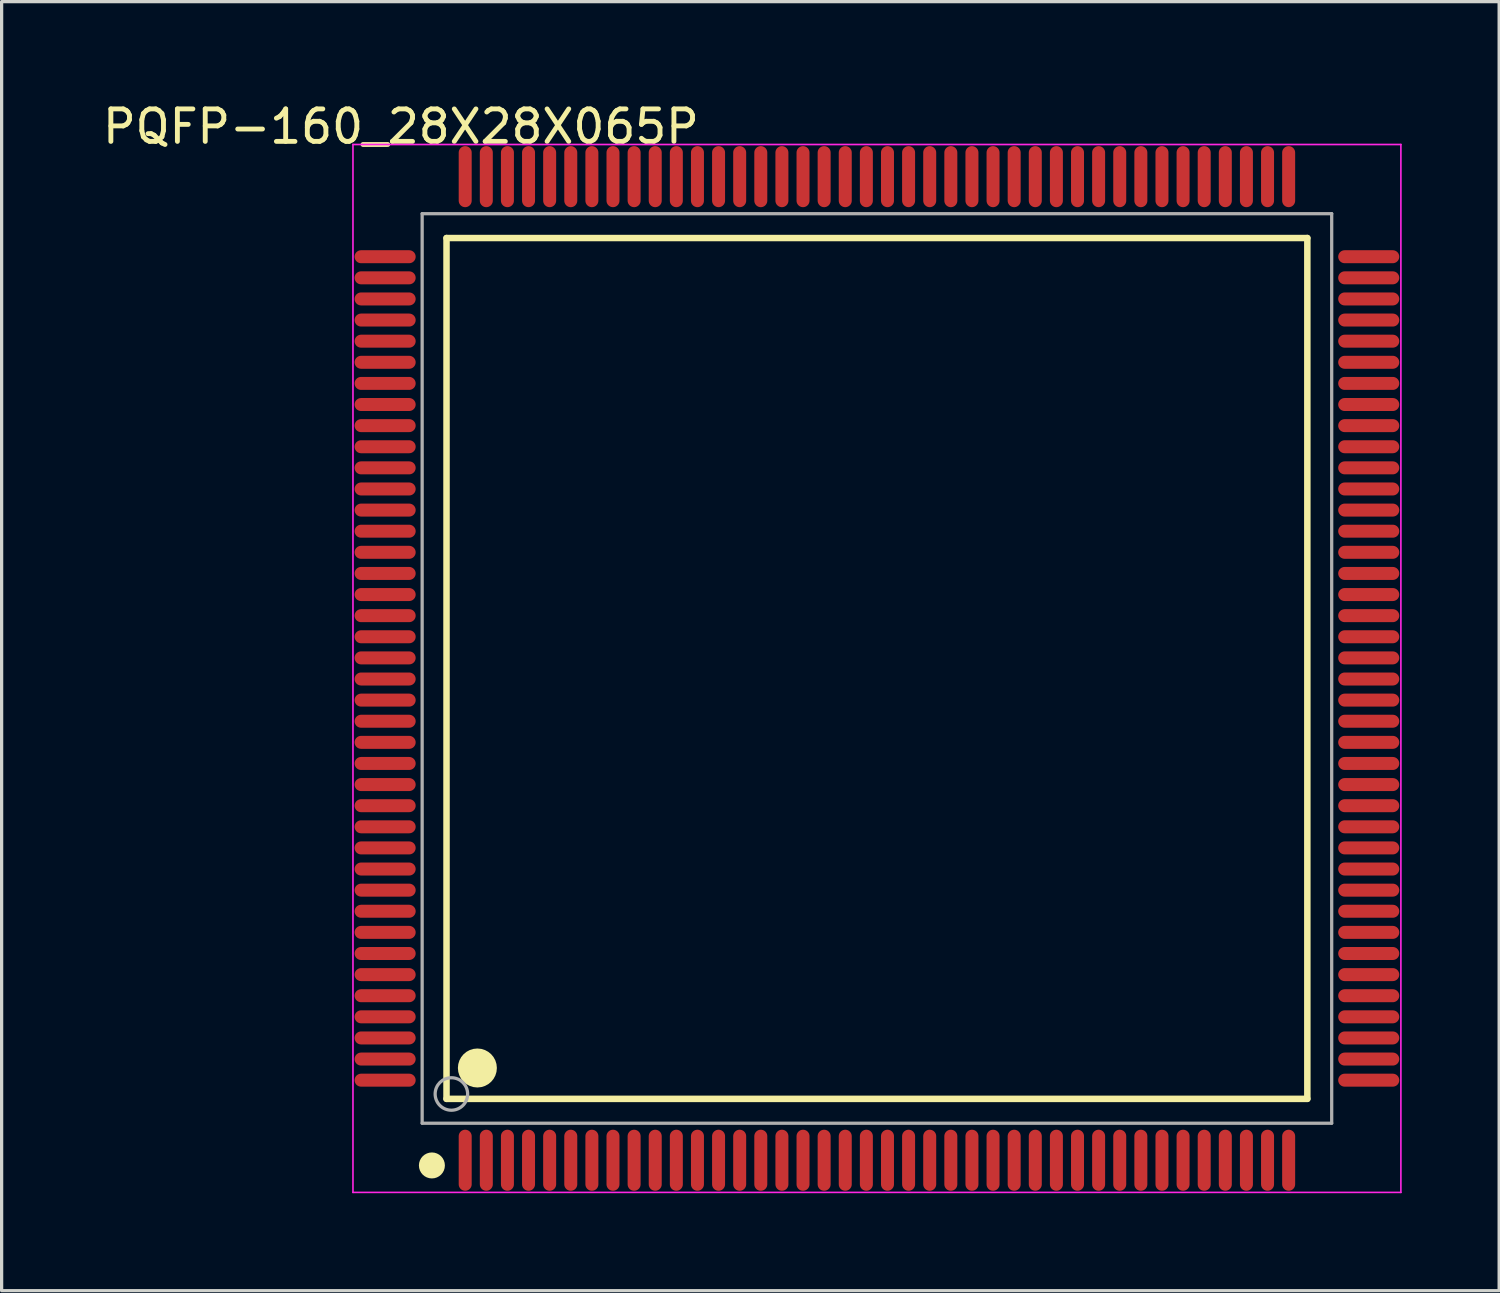
<source format=kicad_pcb>
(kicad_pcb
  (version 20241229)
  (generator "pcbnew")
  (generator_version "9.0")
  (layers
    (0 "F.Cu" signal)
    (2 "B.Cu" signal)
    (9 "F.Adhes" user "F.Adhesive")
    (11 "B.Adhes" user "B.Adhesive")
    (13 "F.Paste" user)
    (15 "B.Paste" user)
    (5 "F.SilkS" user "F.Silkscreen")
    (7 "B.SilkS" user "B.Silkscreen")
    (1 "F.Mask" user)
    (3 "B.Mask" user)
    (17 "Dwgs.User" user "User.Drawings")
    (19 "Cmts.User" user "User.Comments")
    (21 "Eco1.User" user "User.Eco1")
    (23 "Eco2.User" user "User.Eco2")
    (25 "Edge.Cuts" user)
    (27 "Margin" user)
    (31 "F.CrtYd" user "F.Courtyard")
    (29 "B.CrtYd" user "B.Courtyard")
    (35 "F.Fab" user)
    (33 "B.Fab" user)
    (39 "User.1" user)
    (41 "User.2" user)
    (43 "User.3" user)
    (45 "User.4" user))
  (footprint "PQFP-160_28X28X065P"
    (layer "F.Cu")
    (at 23.946 17.528)
    (property "Reference" "PQFP-160_28X28X065P" (at -14.654 -16.68 0) (layer "F.SilkS") (effects (font (size 1 1) (thickness 0.15))))
    (attr through_hole)
    (fp_line (start -13.25 -13.25) (end 13.25 -13.25) (stroke (width 0.2) (type solid)) (layer "F.SilkS"))
    (fp_line (start -13.25 13.25) (end -13.25 -13.25) (stroke (width 0.2) (type solid)) (layer "F.SilkS"))
    (fp_line (start -13.25 13.25) (end 13.25 13.25) (stroke (width 0.2) (type solid)) (layer "F.SilkS"))
    (fp_line (start 13.25 13.25) (end 13.25 -13.25) (stroke (width 0.2) (type solid)) (layer "F.SilkS"))
    (fp_circle (center -13.7 15.3) (end -13.5 15.3) (stroke (width 0.4) (type solid)) (fill no) (layer "F.SilkS"))
    (fp_circle (center -12.3 12.3) (end -12 12.3) (stroke (width 0.6) (type solid)) (fill no) (layer "F.SilkS"))
    (fp_line (start -16.13 -16.13) (end 16.13 -16.13) (stroke (width 0.05) (type solid)) (layer "F.CrtYd"))
    (fp_line (start -16.13 16.13) (end -16.13 -16.13) (stroke (width 0.05) (type solid)) (layer "F.CrtYd"))
    (fp_line (start 16.13 -16.13) (end 16.13 16.13) (stroke (width 0.05) (type solid)) (layer "F.CrtYd"))
    (fp_line (start 16.13 16.13) (end -16.13 16.13) (stroke (width 0.05) (type solid)) (layer "F.CrtYd"))
    (fp_line (start -14 -14) (end 14 -14) (stroke (width 0.1) (type solid)) (layer "F.Fab"))
    (fp_line (start -14 14) (end -14 -14) (stroke (width 0.1) (type solid)) (layer "F.Fab"))
    (fp_line (start -14 14) (end 14 14) (stroke (width 0.1) (type solid)) (layer "F.Fab"))
    (fp_line (start 14 14) (end 14 -14) (stroke (width 0.1) (type solid)) (layer "F.Fab"))
    (fp_circle (center -13.1 13.1) (end -12.6 13.1) (stroke (width 0.1) (type solid)) (fill no) (layer "F.Fab"))
    (pad "1" smd oval (at -12.675 15.14 180) (size 0.4 1.88) (layers "F.Cu" "F.Mask" "F.Paste"))
    (pad "2" smd oval (at -12.025 15.14 180) (size 0.4 1.88) (layers "F.Cu" "F.Mask" "F.Paste"))
    (pad "3" smd oval (at -11.375 15.14 180) (size 0.4 1.88) (layers "F.Cu" "F.Mask" "F.Paste"))
    (pad "4" smd oval (at -10.725 15.14 180) (size 0.4 1.88) (layers "F.Cu" "F.Mask" "F.Paste"))
    (pad "5" smd oval (at -10.075 15.14 180) (size 0.4 1.88) (layers "F.Cu" "F.Mask" "F.Paste"))
    (pad "6" smd oval (at -9.425 15.14 180) (size 0.4 1.88) (layers "F.Cu" "F.Mask" "F.Paste"))
    (pad "7" smd oval (at -8.775 15.14 180) (size 0.4 1.88) (layers "F.Cu" "F.Mask" "F.Paste"))
    (pad "8" smd oval (at -8.125 15.14 180) (size 0.4 1.88) (layers "F.Cu" "F.Mask" "F.Paste"))
    (pad "9" smd oval (at -7.475 15.14 180) (size 0.4 1.88) (layers "F.Cu" "F.Mask" "F.Paste"))
    (pad "10" smd oval (at -6.825 15.14 180) (size 0.4 1.88) (layers "F.Cu" "F.Mask" "F.Paste"))
    (pad "11" smd oval (at -6.175 15.14 180) (size 0.4 1.88) (layers "F.Cu" "F.Mask" "F.Paste"))
    (pad "12" smd oval (at -5.525 15.14 180) (size 0.4 1.88) (layers "F.Cu" "F.Mask" "F.Paste"))
    (pad "13" smd oval (at -4.875 15.14 180) (size 0.4 1.88) (layers "F.Cu" "F.Mask" "F.Paste"))
    (pad "14" smd oval (at -4.225 15.14 180) (size 0.4 1.88) (layers "F.Cu" "F.Mask" "F.Paste"))
    (pad "15" smd oval (at -3.575 15.14 180) (size 0.4 1.88) (layers "F.Cu" "F.Mask" "F.Paste"))
    (pad "16" smd oval (at -2.925 15.14 180) (size 0.4 1.88) (layers "F.Cu" "F.Mask" "F.Paste"))
    (pad "17" smd oval (at -2.275 15.14 180) (size 0.4 1.88) (layers "F.Cu" "F.Mask" "F.Paste"))
    (pad "18" smd oval (at -1.625 15.14 180) (size 0.4 1.88) (layers "F.Cu" "F.Mask" "F.Paste"))
    (pad "19" smd oval (at -0.975 15.14 180) (size 0.4 1.88) (layers "F.Cu" "F.Mask" "F.Paste"))
    (pad "20" smd oval (at -0.325 15.14 180) (size 0.4 1.88) (layers "F.Cu" "F.Mask" "F.Paste"))
    (pad "21" smd oval (at 0.325 15.14 180) (size 0.4 1.88) (layers "F.Cu" "F.Mask" "F.Paste"))
    (pad "22" smd oval (at 0.975 15.14 180) (size 0.4 1.88) (layers "F.Cu" "F.Mask" "F.Paste"))
    (pad "23" smd oval (at 1.625 15.14 180) (size 0.4 1.88) (layers "F.Cu" "F.Mask" "F.Paste"))
    (pad "24" smd oval (at 2.275 15.14 180) (size 0.4 1.88) (layers "F.Cu" "F.Mask" "F.Paste"))
    (pad "25" smd oval (at 2.925 15.14 180) (size 0.4 1.88) (layers "F.Cu" "F.Mask" "F.Paste"))
    (pad "26" smd oval (at 3.575 15.14 180) (size 0.4 1.88) (layers "F.Cu" "F.Mask" "F.Paste"))
    (pad "27" smd oval (at 4.225 15.14 180) (size 0.4 1.88) (layers "F.Cu" "F.Mask" "F.Paste"))
    (pad "28" smd oval (at 4.875 15.14 180) (size 0.4 1.88) (layers "F.Cu" "F.Mask" "F.Paste"))
    (pad "29" smd oval (at 5.525 15.14 180) (size 0.4 1.88) (layers "F.Cu" "F.Mask" "F.Paste"))
    (pad "30" smd oval (at 6.175 15.14 180) (size 0.4 1.88) (layers "F.Cu" "F.Mask" "F.Paste"))
    (pad "31" smd oval (at 6.825 15.14 180) (size 0.4 1.88) (layers "F.Cu" "F.Mask" "F.Paste"))
    (pad "32" smd oval (at 7.475 15.14 180) (size 0.4 1.88) (layers "F.Cu" "F.Mask" "F.Paste"))
    (pad "33" smd oval (at 8.125 15.14 180) (size 0.4 1.88) (layers "F.Cu" "F.Mask" "F.Paste"))
    (pad "34" smd oval (at 8.775 15.14 180) (size 0.4 1.88) (layers "F.Cu" "F.Mask" "F.Paste"))
    (pad "35" smd oval (at 9.425 15.14 180) (size 0.4 1.88) (layers "F.Cu" "F.Mask" "F.Paste"))
    (pad "36" smd oval (at 10.075 15.14 180) (size 0.4 1.88) (layers "F.Cu" "F.Mask" "F.Paste"))
    (pad "37" smd oval (at 10.725 15.14 180) (size 0.4 1.88) (layers "F.Cu" "F.Mask" "F.Paste"))
    (pad "38" smd oval (at 11.375 15.14 180) (size 0.4 1.88) (layers "F.Cu" "F.Mask" "F.Paste"))
    (pad "39" smd oval (at 12.025 15.14 180) (size 0.4 1.88) (layers "F.Cu" "F.Mask" "F.Paste"))
    (pad "40" smd oval (at 12.675 15.14 180) (size 0.4 1.88) (layers "F.Cu" "F.Mask" "F.Paste"))
    (pad "41" smd oval (at 15.14 12.675 270) (size 0.4 1.88) (layers "F.Cu" "F.Mask" "F.Paste"))
    (pad "42" smd oval (at 15.14 12.025 270) (size 0.4 1.88) (layers "F.Cu" "F.Mask" "F.Paste"))
    (pad "43" smd oval (at 15.14 11.375 270) (size 0.4 1.88) (layers "F.Cu" "F.Mask" "F.Paste"))
    (pad "44" smd oval (at 15.14 10.725 270) (size 0.4 1.88) (layers "F.Cu" "F.Mask" "F.Paste"))
    (pad "45" smd oval (at 15.14 10.075 270) (size 0.4 1.88) (layers "F.Cu" "F.Mask" "F.Paste"))
    (pad "46" smd oval (at 15.14 9.425 270) (size 0.4 1.88) (layers "F.Cu" "F.Mask" "F.Paste"))
    (pad "47" smd oval (at 15.14 8.775 270) (size 0.4 1.88) (layers "F.Cu" "F.Mask" "F.Paste"))
    (pad "48" smd oval (at 15.14 8.125 270) (size 0.4 1.88) (layers "F.Cu" "F.Mask" "F.Paste"))
    (pad "49" smd oval (at 15.14 7.475 270) (size 0.4 1.88) (layers "F.Cu" "F.Mask" "F.Paste"))
    (pad "50" smd oval (at 15.14 6.825 270) (size 0.4 1.88) (layers "F.Cu" "F.Mask" "F.Paste"))
    (pad "51" smd oval (at 15.14 6.175 270) (size 0.4 1.88) (layers "F.Cu" "F.Mask" "F.Paste"))
    (pad "52" smd oval (at 15.14 5.525 270) (size 0.4 1.88) (layers "F.Cu" "F.Mask" "F.Paste"))
    (pad "53" smd oval (at 15.14 4.875 270) (size 0.4 1.88) (layers "F.Cu" "F.Mask" "F.Paste"))
    (pad "54" smd oval (at 15.14 4.225 270) (size 0.4 1.88) (layers "F.Cu" "F.Mask" "F.Paste"))
    (pad "55" smd oval (at 15.14 3.575 270) (size 0.4 1.88) (layers "F.Cu" "F.Mask" "F.Paste"))
    (pad "56" smd oval (at 15.14 2.925 270) (size 0.4 1.88) (layers "F.Cu" "F.Mask" "F.Paste"))
    (pad "57" smd oval (at 15.14 2.275 270) (size 0.4 1.88) (layers "F.Cu" "F.Mask" "F.Paste"))
    (pad "58" smd oval (at 15.14 1.625 270) (size 0.4 1.88) (layers "F.Cu" "F.Mask" "F.Paste"))
    (pad "59" smd oval (at 15.14 0.975 270) (size 0.4 1.88) (layers "F.Cu" "F.Mask" "F.Paste"))
    (pad "60" smd oval (at 15.14 0.325 270) (size 0.4 1.88) (layers "F.Cu" "F.Mask" "F.Paste"))
    (pad "61" smd oval (at 15.14 -0.325 270) (size 0.4 1.88) (layers "F.Cu" "F.Mask" "F.Paste"))
    (pad "62" smd oval (at 15.14 -0.975 270) (size 0.4 1.88) (layers "F.Cu" "F.Mask" "F.Paste"))
    (pad "63" smd oval (at 15.14 -1.625 270) (size 0.4 1.88) (layers "F.Cu" "F.Mask" "F.Paste"))
    (pad "64" smd oval (at 15.14 -2.275 270) (size 0.4 1.88) (layers "F.Cu" "F.Mask" "F.Paste"))
    (pad "65" smd oval (at 15.14 -2.925 270) (size 0.4 1.88) (layers "F.Cu" "F.Mask" "F.Paste"))
    (pad "66" smd oval (at 15.14 -3.575 270) (size 0.4 1.88) (layers "F.Cu" "F.Mask" "F.Paste"))
    (pad "67" smd oval (at 15.14 -4.225 270) (size 0.4 1.88) (layers "F.Cu" "F.Mask" "F.Paste"))
    (pad "68" smd oval (at 15.14 -4.875 270) (size 0.4 1.88) (layers "F.Cu" "F.Mask" "F.Paste"))
    (pad "69" smd oval (at 15.14 -5.525 270) (size 0.4 1.88) (layers "F.Cu" "F.Mask" "F.Paste"))
    (pad "70" smd oval (at 15.14 -6.175 270) (size 0.4 1.88) (layers "F.Cu" "F.Mask" "F.Paste"))
    (pad "71" smd oval (at 15.14 -6.825 270) (size 0.4 1.88) (layers "F.Cu" "F.Mask" "F.Paste"))
    (pad "72" smd oval (at 15.14 -7.475 270) (size 0.4 1.88) (layers "F.Cu" "F.Mask" "F.Paste"))
    (pad "73" smd oval (at 15.14 -8.125 270) (size 0.4 1.88) (layers "F.Cu" "F.Mask" "F.Paste"))
    (pad "74" smd oval (at 15.14 -8.775 270) (size 0.4 1.88) (layers "F.Cu" "F.Mask" "F.Paste"))
    (pad "75" smd oval (at 15.14 -9.425 270) (size 0.4 1.88) (layers "F.Cu" "F.Mask" "F.Paste"))
    (pad "76" smd oval (at 15.14 -10.075 270) (size 0.4 1.88) (layers "F.Cu" "F.Mask" "F.Paste"))
    (pad "77" smd oval (at 15.14 -10.725 270) (size 0.4 1.88) (layers "F.Cu" "F.Mask" "F.Paste"))
    (pad "78" smd oval (at 15.14 -11.375 270) (size 0.4 1.88) (layers "F.Cu" "F.Mask" "F.Paste"))
    (pad "79" smd oval (at 15.14 -12.025 270) (size 0.4 1.88) (layers "F.Cu" "F.Mask" "F.Paste"))
    (pad "80" smd oval (at 15.14 -12.675 270) (size 0.4 1.88) (layers "F.Cu" "F.Mask" "F.Paste"))
    (pad "81" smd oval (at 12.675 -15.14) (size 0.4 1.88) (layers "F.Cu" "F.Mask" "F.Paste"))
    (pad "82" smd oval (at 12.025 -15.14) (size 0.4 1.88) (layers "F.Cu" "F.Mask" "F.Paste"))
    (pad "83" smd oval (at 11.375 -15.14) (size 0.4 1.88) (layers "F.Cu" "F.Mask" "F.Paste"))
    (pad "84" smd oval (at 10.725 -15.14) (size 0.4 1.88) (layers "F.Cu" "F.Mask" "F.Paste"))
    (pad "85" smd oval (at 10.075 -15.14) (size 0.4 1.88) (layers "F.Cu" "F.Mask" "F.Paste"))
    (pad "86" smd oval (at 9.425 -15.14) (size 0.4 1.88) (layers "F.Cu" "F.Mask" "F.Paste"))
    (pad "87" smd oval (at 8.775 -15.14) (size 0.4 1.88) (layers "F.Cu" "F.Mask" "F.Paste"))
    (pad "88" smd oval (at 8.125 -15.14) (size 0.4 1.88) (layers "F.Cu" "F.Mask" "F.Paste"))
    (pad "89" smd oval (at 7.475 -15.14) (size 0.4 1.88) (layers "F.Cu" "F.Mask" "F.Paste"))
    (pad "90" smd oval (at 6.825 -15.14) (size 0.4 1.88) (layers "F.Cu" "F.Mask" "F.Paste"))
    (pad "91" smd oval (at 6.175 -15.14) (size 0.4 1.88) (layers "F.Cu" "F.Mask" "F.Paste"))
    (pad "92" smd oval (at 5.525 -15.14) (size 0.4 1.88) (layers "F.Cu" "F.Mask" "F.Paste"))
    (pad "93" smd oval (at 4.875 -15.14) (size 0.4 1.88) (layers "F.Cu" "F.Mask" "F.Paste"))
    (pad "94" smd oval (at 4.225 -15.14) (size 0.4 1.88) (layers "F.Cu" "F.Mask" "F.Paste"))
    (pad "95" smd oval (at 3.575 -15.14) (size 0.4 1.88) (layers "F.Cu" "F.Mask" "F.Paste"))
    (pad "96" smd oval (at 2.925 -15.14) (size 0.4 1.88) (layers "F.Cu" "F.Mask" "F.Paste"))
    (pad "97" smd oval (at 2.275 -15.14) (size 0.4 1.88) (layers "F.Cu" "F.Mask" "F.Paste"))
    (pad "98" smd oval (at 1.625 -15.14) (size 0.4 1.88) (layers "F.Cu" "F.Mask" "F.Paste"))
    (pad "99" smd oval (at 0.975 -15.14) (size 0.4 1.88) (layers "F.Cu" "F.Mask" "F.Paste"))
    (pad "100" smd oval (at 0.325 -15.14) (size 0.4 1.88) (layers "F.Cu" "F.Mask" "F.Paste"))
    (pad "101" smd oval (at -0.325 -15.14) (size 0.4 1.88) (layers "F.Cu" "F.Mask" "F.Paste"))
    (pad "102" smd oval (at -0.975 -15.14) (size 0.4 1.88) (layers "F.Cu" "F.Mask" "F.Paste"))
    (pad "103" smd oval (at -1.625 -15.14) (size 0.4 1.88) (layers "F.Cu" "F.Mask" "F.Paste"))
    (pad "104" smd oval (at -2.275 -15.14) (size 0.4 1.88) (layers "F.Cu" "F.Mask" "F.Paste"))
    (pad "105" smd oval (at -2.925 -15.14) (size 0.4 1.88) (layers "F.Cu" "F.Mask" "F.Paste"))
    (pad "106" smd oval (at -3.575 -15.14) (size 0.4 1.88) (layers "F.Cu" "F.Mask" "F.Paste"))
    (pad "107" smd oval (at -4.225 -15.14) (size 0.4 1.88) (layers "F.Cu" "F.Mask" "F.Paste"))
    (pad "108" smd oval (at -4.875 -15.14) (size 0.4 1.88) (layers "F.Cu" "F.Mask" "F.Paste"))
    (pad "109" smd oval (at -5.525 -15.14) (size 0.4 1.88) (layers "F.Cu" "F.Mask" "F.Paste"))
    (pad "110" smd oval (at -6.175 -15.14) (size 0.4 1.88) (layers "F.Cu" "F.Mask" "F.Paste"))
    (pad "111" smd oval (at -6.825 -15.14) (size 0.4 1.88) (layers "F.Cu" "F.Mask" "F.Paste"))
    (pad "112" smd oval (at -7.475 -15.14) (size 0.4 1.88) (layers "F.Cu" "F.Mask" "F.Paste"))
    (pad "113" smd oval (at -8.125 -15.14) (size 0.4 1.88) (layers "F.Cu" "F.Mask" "F.Paste"))
    (pad "114" smd oval (at -8.775 -15.14) (size 0.4 1.88) (layers "F.Cu" "F.Mask" "F.Paste"))
    (pad "115" smd oval (at -9.425 -15.14) (size 0.4 1.88) (layers "F.Cu" "F.Mask" "F.Paste"))
    (pad "116" smd oval (at -10.075 -15.14) (size 0.4 1.88) (layers "F.Cu" "F.Mask" "F.Paste"))
    (pad "117" smd oval (at -10.725 -15.14) (size 0.4 1.88) (layers "F.Cu" "F.Mask" "F.Paste"))
    (pad "118" smd oval (at -11.375 -15.14) (size 0.4 1.88) (layers "F.Cu" "F.Mask" "F.Paste"))
    (pad "119" smd oval (at -12.025 -15.14) (size 0.4 1.88) (layers "F.Cu" "F.Mask" "F.Paste"))
    (pad "120" smd oval (at -12.675 -15.14) (size 0.4 1.88) (layers "F.Cu" "F.Mask" "F.Paste"))
    (pad "121" smd oval (at -15.14 -12.675 90) (size 0.4 1.88) (layers "F.Cu" "F.Mask" "F.Paste"))
    (pad "122" smd oval (at -15.14 -12.025 90) (size 0.4 1.88) (layers "F.Cu" "F.Mask" "F.Paste"))
    (pad "123" smd oval (at -15.14 -11.375 90) (size 0.4 1.88) (layers "F.Cu" "F.Mask" "F.Paste"))
    (pad "124" smd oval (at -15.14 -10.725 90) (size 0.4 1.88) (layers "F.Cu" "F.Mask" "F.Paste"))
    (pad "125" smd oval (at -15.14 -10.075 90) (size 0.4 1.88) (layers "F.Cu" "F.Mask" "F.Paste"))
    (pad "126" smd oval (at -15.14 -9.425 90) (size 0.4 1.88) (layers "F.Cu" "F.Mask" "F.Paste"))
    (pad "127" smd oval (at -15.14 -8.775 90) (size 0.4 1.88) (layers "F.Cu" "F.Mask" "F.Paste"))
    (pad "128" smd oval (at -15.14 -8.125 90) (size 0.4 1.88) (layers "F.Cu" "F.Mask" "F.Paste"))
    (pad "129" smd oval (at -15.14 -7.475 90) (size 0.4 1.88) (layers "F.Cu" "F.Mask" "F.Paste"))
    (pad "130" smd oval (at -15.14 -6.825 90) (size 0.4 1.88) (layers "F.Cu" "F.Mask" "F.Paste"))
    (pad "131" smd oval (at -15.14 -6.175 90) (size 0.4 1.88) (layers "F.Cu" "F.Mask" "F.Paste"))
    (pad "132" smd oval (at -15.14 -5.525 90) (size 0.4 1.88) (layers "F.Cu" "F.Mask" "F.Paste"))
    (pad "133" smd oval (at -15.14 -4.875 90) (size 0.4 1.88) (layers "F.Cu" "F.Mask" "F.Paste"))
    (pad "134" smd oval (at -15.14 -4.225 90) (size 0.4 1.88) (layers "F.Cu" "F.Mask" "F.Paste"))
    (pad "135" smd oval (at -15.14 -3.575 90) (size 0.4 1.88) (layers "F.Cu" "F.Mask" "F.Paste"))
    (pad "136" smd oval (at -15.14 -2.925 90) (size 0.4 1.88) (layers "F.Cu" "F.Mask" "F.Paste"))
    (pad "137" smd oval (at -15.14 -2.275 90) (size 0.4 1.88) (layers "F.Cu" "F.Mask" "F.Paste"))
    (pad "138" smd oval (at -15.14 -1.625 90) (size 0.4 1.88) (layers "F.Cu" "F.Mask" "F.Paste"))
    (pad "139" smd oval (at -15.14 -0.975 90) (size 0.4 1.88) (layers "F.Cu" "F.Mask" "F.Paste"))
    (pad "140" smd oval (at -15.14 -0.325 90) (size 0.4 1.88) (layers "F.Cu" "F.Mask" "F.Paste"))
    (pad "141" smd oval (at -15.14 0.325 90) (size 0.4 1.88) (layers "F.Cu" "F.Mask" "F.Paste"))
    (pad "142" smd oval (at -15.14 0.975 90) (size 0.4 1.88) (layers "F.Cu" "F.Mask" "F.Paste"))
    (pad "143" smd oval (at -15.14 1.625 90) (size 0.4 1.88) (layers "F.Cu" "F.Mask" "F.Paste"))
    (pad "144" smd oval (at -15.14 2.275 90) (size 0.4 1.88) (layers "F.Cu" "F.Mask" "F.Paste"))
    (pad "145" smd oval (at -15.14 2.925 90) (size 0.4 1.88) (layers "F.Cu" "F.Mask" "F.Paste"))
    (pad "146" smd oval (at -15.14 3.575 90) (size 0.4 1.88) (layers "F.Cu" "F.Mask" "F.Paste"))
    (pad "147" smd oval (at -15.14 4.225 90) (size 0.4 1.88) (layers "F.Cu" "F.Mask" "F.Paste"))
    (pad "148" smd oval (at -15.14 4.875 90) (size 0.4 1.88) (layers "F.Cu" "F.Mask" "F.Paste"))
    (pad "149" smd oval (at -15.14 5.525 90) (size 0.4 1.88) (layers "F.Cu" "F.Mask" "F.Paste"))
    (pad "150" smd oval (at -15.14 6.175 90) (size 0.4 1.88) (layers "F.Cu" "F.Mask" "F.Paste"))
    (pad "151" smd oval (at -15.14 6.825 90) (size 0.4 1.88) (layers "F.Cu" "F.Mask" "F.Paste"))
    (pad "152" smd oval (at -15.14 7.475 90) (size 0.4 1.88) (layers "F.Cu" "F.Mask" "F.Paste"))
    (pad "153" smd oval (at -15.14 8.125 90) (size 0.4 1.88) (layers "F.Cu" "F.Mask" "F.Paste"))
    (pad "154" smd oval (at -15.14 8.775 90) (size 0.4 1.88) (layers "F.Cu" "F.Mask" "F.Paste"))
    (pad "155" smd oval (at -15.14 9.425 90) (size 0.4 1.88) (layers "F.Cu" "F.Mask" "F.Paste"))
    (pad "156" smd oval (at -15.14 10.075 90) (size 0.4 1.88) (layers "F.Cu" "F.Mask" "F.Paste"))
    (pad "157" smd oval (at -15.14 10.725 90) (size 0.4 1.88) (layers "F.Cu" "F.Mask" "F.Paste"))
    (pad "158" smd oval (at -15.14 11.375 90) (size 0.4 1.88) (layers "F.Cu" "F.Mask" "F.Paste"))
    (pad "159" smd oval (at -15.14 12.025 90) (size 0.4 1.88) (layers "F.Cu" "F.Mask" "F.Paste"))
    (pad "160" smd oval (at -15.14 12.675 90) (size 0.4 1.88) (layers "F.Cu" "F.Mask" "F.Paste")))
  (gr_rect
    (start -3 -3)
    (end 43.101 36.683)
    (stroke (width 0.1) (type default))
    (fill no)
    (layer "Edge.Cuts")))
</source>
